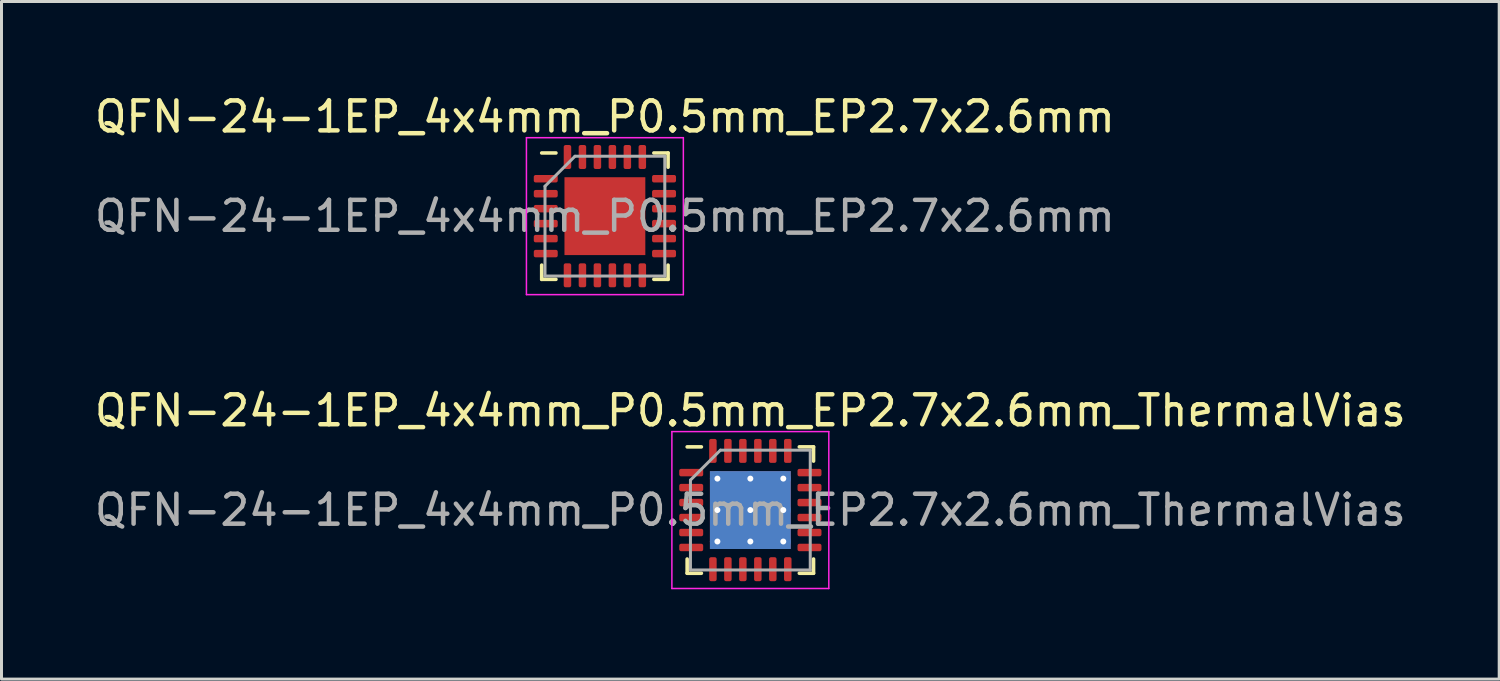
<source format=kicad_pcb>
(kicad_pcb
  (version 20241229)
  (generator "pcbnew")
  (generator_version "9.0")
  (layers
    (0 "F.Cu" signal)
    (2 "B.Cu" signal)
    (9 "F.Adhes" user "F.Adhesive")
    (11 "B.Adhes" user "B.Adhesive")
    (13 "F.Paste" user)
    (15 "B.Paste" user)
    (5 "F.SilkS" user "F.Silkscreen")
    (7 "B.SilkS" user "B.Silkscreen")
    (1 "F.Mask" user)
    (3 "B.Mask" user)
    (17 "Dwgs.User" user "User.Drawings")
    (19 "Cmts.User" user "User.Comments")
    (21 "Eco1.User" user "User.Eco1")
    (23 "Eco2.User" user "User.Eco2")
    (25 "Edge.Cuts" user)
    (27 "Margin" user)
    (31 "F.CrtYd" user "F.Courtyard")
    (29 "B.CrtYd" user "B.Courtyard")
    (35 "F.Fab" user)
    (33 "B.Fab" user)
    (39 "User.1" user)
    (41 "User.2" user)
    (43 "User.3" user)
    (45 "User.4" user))
  (footprint "QFN-24-1EP_4x4mm_P0.5mm_EP2.7x2.6mm_ThermalVias"
    (layer "F.Cu")
    (at 22.006 13.982)
    (property "Reference" "QFN-24-1EP_4x4mm_P0.5mm_EP2.7x2.6mm_ThermalVias" (at 0 -3.32 0) (layer "F.SilkS") (effects (font (size 1 1) (thickness 0.15))))
    (attr smd)
    (fp_line (start -2.11 2.11) (end -2.11 1.635) (stroke (width 0.12) (type solid)) (layer "F.SilkS"))
    (fp_line (start -1.635 -2.11) (end -2.11 -2.11) (stroke (width 0.12) (type solid)) (layer "F.SilkS"))
    (fp_line (start -1.635 2.11) (end -2.11 2.11) (stroke (width 0.12) (type solid)) (layer "F.SilkS"))
    (fp_line (start 1.635 -2.11) (end 2.11 -2.11) (stroke (width 0.12) (type solid)) (layer "F.SilkS"))
    (fp_line (start 1.635 2.11) (end 2.11 2.11) (stroke (width 0.12) (type solid)) (layer "F.SilkS"))
    (fp_line (start 2.11 -2.11) (end 2.11 -1.635) (stroke (width 0.12) (type solid)) (layer "F.SilkS"))
    (fp_line (start 2.11 2.11) (end 2.11 1.635) (stroke (width 0.12) (type solid)) (layer "F.SilkS"))
    (fp_line (start -2.62 -2.62) (end -2.62 2.62) (stroke (width 0.05) (type solid)) (layer "F.CrtYd"))
    (fp_line (start -2.62 2.62) (end 2.62 2.62) (stroke (width 0.05) (type solid)) (layer "F.CrtYd"))
    (fp_line (start 2.62 -2.62) (end -2.62 -2.62) (stroke (width 0.05) (type solid)) (layer "F.CrtYd"))
    (fp_line (start 2.62 2.62) (end 2.62 -2.62) (stroke (width 0.05) (type solid)) (layer "F.CrtYd"))
    (fp_line (start -2 -1) (end -1 -2) (stroke (width 0.1) (type solid)) (layer "F.Fab"))
    (fp_line (start -2 2) (end -2 -1) (stroke (width 0.1) (type solid)) (layer "F.Fab"))
    (fp_line (start -1 -2) (end 2 -2) (stroke (width 0.1) (type solid)) (layer "F.Fab"))
    (fp_line (start 2 -2) (end 2 2) (stroke (width 0.1) (type solid)) (layer "F.Fab"))
    (fp_line (start 2 2) (end -2 2) (stroke (width 0.1) (type solid)) (layer "F.Fab"))
    (fp_text user "${REFERENCE}" (at 0 0 0) (layer "F.Fab") (effects (font (size 1 1) (thickness 0.15))))
    (pad "" smd roundrect (at -0.675 -0.65) (size 1.17 1.13) (layers "F.Paste") (roundrect_rratio 0.221))
    (pad "" smd roundrect (at -0.675 0.65) (size 1.17 1.13) (layers "F.Paste") (roundrect_rratio 0.221))
    (pad "" smd roundrect (at 0.675 -0.65) (size 1.17 1.13) (layers "F.Paste") (roundrect_rratio 0.221))
    (pad "" smd roundrect (at 0.675 0.65) (size 1.17 1.13) (layers "F.Paste") (roundrect_rratio 0.221))
    (pad "1" smd roundrect (at -1.975 -1.25) (size 0.8 0.25) (layers "F.Cu" "F.Mask" "F.Paste") (roundrect_rratio 0.25))
    (pad "2" smd roundrect (at -1.975 -0.75) (size 0.8 0.25) (layers "F.Cu" "F.Mask" "F.Paste") (roundrect_rratio 0.25))
    (pad "3" smd roundrect (at -1.975 -0.25) (size 0.8 0.25) (layers "F.Cu" "F.Mask" "F.Paste") (roundrect_rratio 0.25))
    (pad "4" smd roundrect (at -1.975 0.25) (size 0.8 0.25) (layers "F.Cu" "F.Mask" "F.Paste") (roundrect_rratio 0.25))
    (pad "5" smd roundrect (at -1.975 0.75) (size 0.8 0.25) (layers "F.Cu" "F.Mask" "F.Paste") (roundrect_rratio 0.25))
    (pad "6" smd roundrect (at -1.975 1.25) (size 0.8 0.25) (layers "F.Cu" "F.Mask" "F.Paste") (roundrect_rratio 0.25))
    (pad "7" smd roundrect (at -1.25 1.975) (size 0.25 0.8) (layers "F.Cu" "F.Mask" "F.Paste") (roundrect_rratio 0.25))
    (pad "8" smd roundrect (at -0.75 1.975) (size 0.25 0.8) (layers "F.Cu" "F.Mask" "F.Paste") (roundrect_rratio 0.25))
    (pad "9" smd roundrect (at -0.25 1.975) (size 0.25 0.8) (layers "F.Cu" "F.Mask" "F.Paste") (roundrect_rratio 0.25))
    (pad "10" smd roundrect (at 0.25 1.975) (size 0.25 0.8) (layers "F.Cu" "F.Mask" "F.Paste") (roundrect_rratio 0.25))
    (pad "11" smd roundrect (at 0.75 1.975) (size 0.25 0.8) (layers "F.Cu" "F.Mask" "F.Paste") (roundrect_rratio 0.25))
    (pad "12" smd roundrect (at 1.25 1.975) (size 0.25 0.8) (layers "F.Cu" "F.Mask" "F.Paste") (roundrect_rratio 0.25))
    (pad "13" smd roundrect (at 1.975 1.25) (size 0.8 0.25) (layers "F.Cu" "F.Mask" "F.Paste") (roundrect_rratio 0.25))
    (pad "14" smd roundrect (at 1.975 0.75) (size 0.8 0.25) (layers "F.Cu" "F.Mask" "F.Paste") (roundrect_rratio 0.25))
    (pad "15" smd roundrect (at 1.975 0.25) (size 0.8 0.25) (layers "F.Cu" "F.Mask" "F.Paste") (roundrect_rratio 0.25))
    (pad "16" smd roundrect (at 1.975 -0.25) (size 0.8 0.25) (layers "F.Cu" "F.Mask" "F.Paste") (roundrect_rratio 0.25))
    (pad "17" smd roundrect (at 1.975 -0.75) (size 0.8 0.25) (layers "F.Cu" "F.Mask" "F.Paste") (roundrect_rratio 0.25))
    (pad "18" smd roundrect (at 1.975 -1.25) (size 0.8 0.25) (layers "F.Cu" "F.Mask" "F.Paste") (roundrect_rratio 0.25))
    (pad "19" smd roundrect (at 1.25 -1.975) (size 0.25 0.8) (layers "F.Cu" "F.Mask" "F.Paste") (roundrect_rratio 0.25))
    (pad "20" smd roundrect (at 0.75 -1.975) (size 0.25 0.8) (layers "F.Cu" "F.Mask" "F.Paste") (roundrect_rratio 0.25))
    (pad "21" smd roundrect (at 0.25 -1.975) (size 0.25 0.8) (layers "F.Cu" "F.Mask" "F.Paste") (roundrect_rratio 0.25))
    (pad "22" smd roundrect (at -0.25 -1.975) (size 0.25 0.8) (layers "F.Cu" "F.Mask" "F.Paste") (roundrect_rratio 0.25))
    (pad "23" smd roundrect (at -0.75 -1.975) (size 0.25 0.8) (layers "F.Cu" "F.Mask" "F.Paste") (roundrect_rratio 0.25))
    (pad "24" smd roundrect (at -1.25 -1.975) (size 0.25 0.8) (layers "F.Cu" "F.Mask" "F.Paste") (roundrect_rratio 0.25))
    (pad "25" thru_hole circle (at -1.1 -1.05) (size 0.5 0.5) (drill 0.2) (layers "*.Cu"))
    (pad "25" thru_hole circle (at -1.1 0) (size 0.5 0.5) (drill 0.2) (layers "*.Cu"))
    (pad "25" thru_hole circle (at -1.1 1.05) (size 0.5 0.5) (drill 0.2) (layers "*.Cu"))
    (pad "25" thru_hole circle (at 0 -1.05) (size 0.5 0.5) (drill 0.2) (layers "*.Cu"))
    (pad "25" thru_hole circle (at 0 0) (size 0.5 0.5) (drill 0.2) (layers "*.Cu"))
    (pad "25" smd rect (at 0 0) (size 2.7 2.6) (layers "F.Cu" "F.Mask"))
    (pad "25" smd rect (at 0 0) (size 2.7 2.6) (layers "B.Cu"))
    (pad "25" thru_hole circle (at 0 1.05) (size 0.5 0.5) (drill 0.2) (layers "*.Cu"))
    (pad "25" thru_hole circle (at 1.1 -1.05) (size 0.5 0.5) (drill 0.2) (layers "*.Cu"))
    (pad "25" thru_hole circle (at 1.1 0) (size 0.5 0.5) (drill 0.2) (layers "*.Cu"))
    (pad "25" thru_hole circle (at 1.1 1.05) (size 0.5 0.5) (drill 0.2) (layers "*.Cu")))
  (footprint "QFN-24-1EP_4x4mm_P0.5mm_EP2.7x2.6mm"
    (layer "F.Cu")
    (at 17.149 4.168)
    (property "Reference" "QFN-24-1EP_4x4mm_P0.5mm_EP2.7x2.6mm" (at 0 -3.32 0) (layer "F.SilkS") (effects (font (size 1 1) (thickness 0.15))))
    (attr smd)
    (fp_line (start -2.11 2.11) (end -2.11 1.635) (stroke (width 0.12) (type solid)) (layer "F.SilkS"))
    (fp_line (start -1.635 -2.11) (end -2.11 -2.11) (stroke (width 0.12) (type solid)) (layer "F.SilkS"))
    (fp_line (start -1.635 2.11) (end -2.11 2.11) (stroke (width 0.12) (type solid)) (layer "F.SilkS"))
    (fp_line (start 1.635 -2.11) (end 2.11 -2.11) (stroke (width 0.12) (type solid)) (layer "F.SilkS"))
    (fp_line (start 1.635 2.11) (end 2.11 2.11) (stroke (width 0.12) (type solid)) (layer "F.SilkS"))
    (fp_line (start 2.11 -2.11) (end 2.11 -1.635) (stroke (width 0.12) (type solid)) (layer "F.SilkS"))
    (fp_line (start 2.11 2.11) (end 2.11 1.635) (stroke (width 0.12) (type solid)) (layer "F.SilkS"))
    (fp_line (start -2.62 -2.62) (end -2.62 2.62) (stroke (width 0.05) (type solid)) (layer "F.CrtYd"))
    (fp_line (start -2.62 2.62) (end 2.62 2.62) (stroke (width 0.05) (type solid)) (layer "F.CrtYd"))
    (fp_line (start 2.62 -2.62) (end -2.62 -2.62) (stroke (width 0.05) (type solid)) (layer "F.CrtYd"))
    (fp_line (start 2.62 2.62) (end 2.62 -2.62) (stroke (width 0.05) (type solid)) (layer "F.CrtYd"))
    (fp_line (start -2 -1) (end -1 -2) (stroke (width 0.1) (type solid)) (layer "F.Fab"))
    (fp_line (start -2 2) (end -2 -1) (stroke (width 0.1) (type solid)) (layer "F.Fab"))
    (fp_line (start -1 -2) (end 2 -2) (stroke (width 0.1) (type solid)) (layer "F.Fab"))
    (fp_line (start 2 -2) (end 2 2) (stroke (width 0.1) (type solid)) (layer "F.Fab"))
    (fp_line (start 2 2) (end -2 2) (stroke (width 0.1) (type solid)) (layer "F.Fab"))
    (fp_text user "${REFERENCE}" (at 0 0 0) (layer "F.Fab") (effects (font (size 1 1) (thickness 0.15))))
    (pad "" smd roundrect (at -0.675 -0.65) (size 1.09 1.05) (layers "F.Paste") (roundrect_rratio 0.238))
    (pad "" smd roundrect (at -0.675 0.65) (size 1.09 1.05) (layers "F.Paste") (roundrect_rratio 0.238))
    (pad "" smd roundrect (at 0.675 -0.65) (size 1.09 1.05) (layers "F.Paste") (roundrect_rratio 0.238))
    (pad "" smd roundrect (at 0.675 0.65) (size 1.09 1.05) (layers "F.Paste") (roundrect_rratio 0.238))
    (pad "1" smd roundrect (at -1.975 -1.25) (size 0.8 0.25) (layers "F.Cu" "F.Mask" "F.Paste") (roundrect_rratio 0.25))
    (pad "2" smd roundrect (at -1.975 -0.75) (size 0.8 0.25) (layers "F.Cu" "F.Mask" "F.Paste") (roundrect_rratio 0.25))
    (pad "3" smd roundrect (at -1.975 -0.25) (size 0.8 0.25) (layers "F.Cu" "F.Mask" "F.Paste") (roundrect_rratio 0.25))
    (pad "4" smd roundrect (at -1.975 0.25) (size 0.8 0.25) (layers "F.Cu" "F.Mask" "F.Paste") (roundrect_rratio 0.25))
    (pad "5" smd roundrect (at -1.975 0.75) (size 0.8 0.25) (layers "F.Cu" "F.Mask" "F.Paste") (roundrect_rratio 0.25))
    (pad "6" smd roundrect (at -1.975 1.25) (size 0.8 0.25) (layers "F.Cu" "F.Mask" "F.Paste") (roundrect_rratio 0.25))
    (pad "7" smd roundrect (at -1.25 1.975) (size 0.25 0.8) (layers "F.Cu" "F.Mask" "F.Paste") (roundrect_rratio 0.25))
    (pad "8" smd roundrect (at -0.75 1.975) (size 0.25 0.8) (layers "F.Cu" "F.Mask" "F.Paste") (roundrect_rratio 0.25))
    (pad "9" smd roundrect (at -0.25 1.975) (size 0.25 0.8) (layers "F.Cu" "F.Mask" "F.Paste") (roundrect_rratio 0.25))
    (pad "10" smd roundrect (at 0.25 1.975) (size 0.25 0.8) (layers "F.Cu" "F.Mask" "F.Paste") (roundrect_rratio 0.25))
    (pad "11" smd roundrect (at 0.75 1.975) (size 0.25 0.8) (layers "F.Cu" "F.Mask" "F.Paste") (roundrect_rratio 0.25))
    (pad "12" smd roundrect (at 1.25 1.975) (size 0.25 0.8) (layers "F.Cu" "F.Mask" "F.Paste") (roundrect_rratio 0.25))
    (pad "13" smd roundrect (at 1.975 1.25) (size 0.8 0.25) (layers "F.Cu" "F.Mask" "F.Paste") (roundrect_rratio 0.25))
    (pad "14" smd roundrect (at 1.975 0.75) (size 0.8 0.25) (layers "F.Cu" "F.Mask" "F.Paste") (roundrect_rratio 0.25))
    (pad "15" smd roundrect (at 1.975 0.25) (size 0.8 0.25) (layers "F.Cu" "F.Mask" "F.Paste") (roundrect_rratio 0.25))
    (pad "16" smd roundrect (at 1.975 -0.25) (size 0.8 0.25) (layers "F.Cu" "F.Mask" "F.Paste") (roundrect_rratio 0.25))
    (pad "17" smd roundrect (at 1.975 -0.75) (size 0.8 0.25) (layers "F.Cu" "F.Mask" "F.Paste") (roundrect_rratio 0.25))
    (pad "18" smd roundrect (at 1.975 -1.25) (size 0.8 0.25) (layers "F.Cu" "F.Mask" "F.Paste") (roundrect_rratio 0.25))
    (pad "19" smd roundrect (at 1.25 -1.975) (size 0.25 0.8) (layers "F.Cu" "F.Mask" "F.Paste") (roundrect_rratio 0.25))
    (pad "20" smd roundrect (at 0.75 -1.975) (size 0.25 0.8) (layers "F.Cu" "F.Mask" "F.Paste") (roundrect_rratio 0.25))
    (pad "21" smd roundrect (at 0.25 -1.975) (size 0.25 0.8) (layers "F.Cu" "F.Mask" "F.Paste") (roundrect_rratio 0.25))
    (pad "22" smd roundrect (at -0.25 -1.975) (size 0.25 0.8) (layers "F.Cu" "F.Mask" "F.Paste") (roundrect_rratio 0.25))
    (pad "23" smd roundrect (at -0.75 -1.975) (size 0.25 0.8) (layers "F.Cu" "F.Mask" "F.Paste") (roundrect_rratio 0.25))
    (pad "24" smd roundrect (at -1.25 -1.975) (size 0.25 0.8) (layers "F.Cu" "F.Mask" "F.Paste") (roundrect_rratio 0.25))
    (pad "25" smd rect (at 0 0) (size 2.7 2.6) (layers "F.Cu" "F.Mask")))
  (gr_rect
    (start -3 -3)
    (end 47.012 19.627)
    (stroke (width 0.1) (type default))
    (fill no)
    (layer "Edge.Cuts")))
</source>
